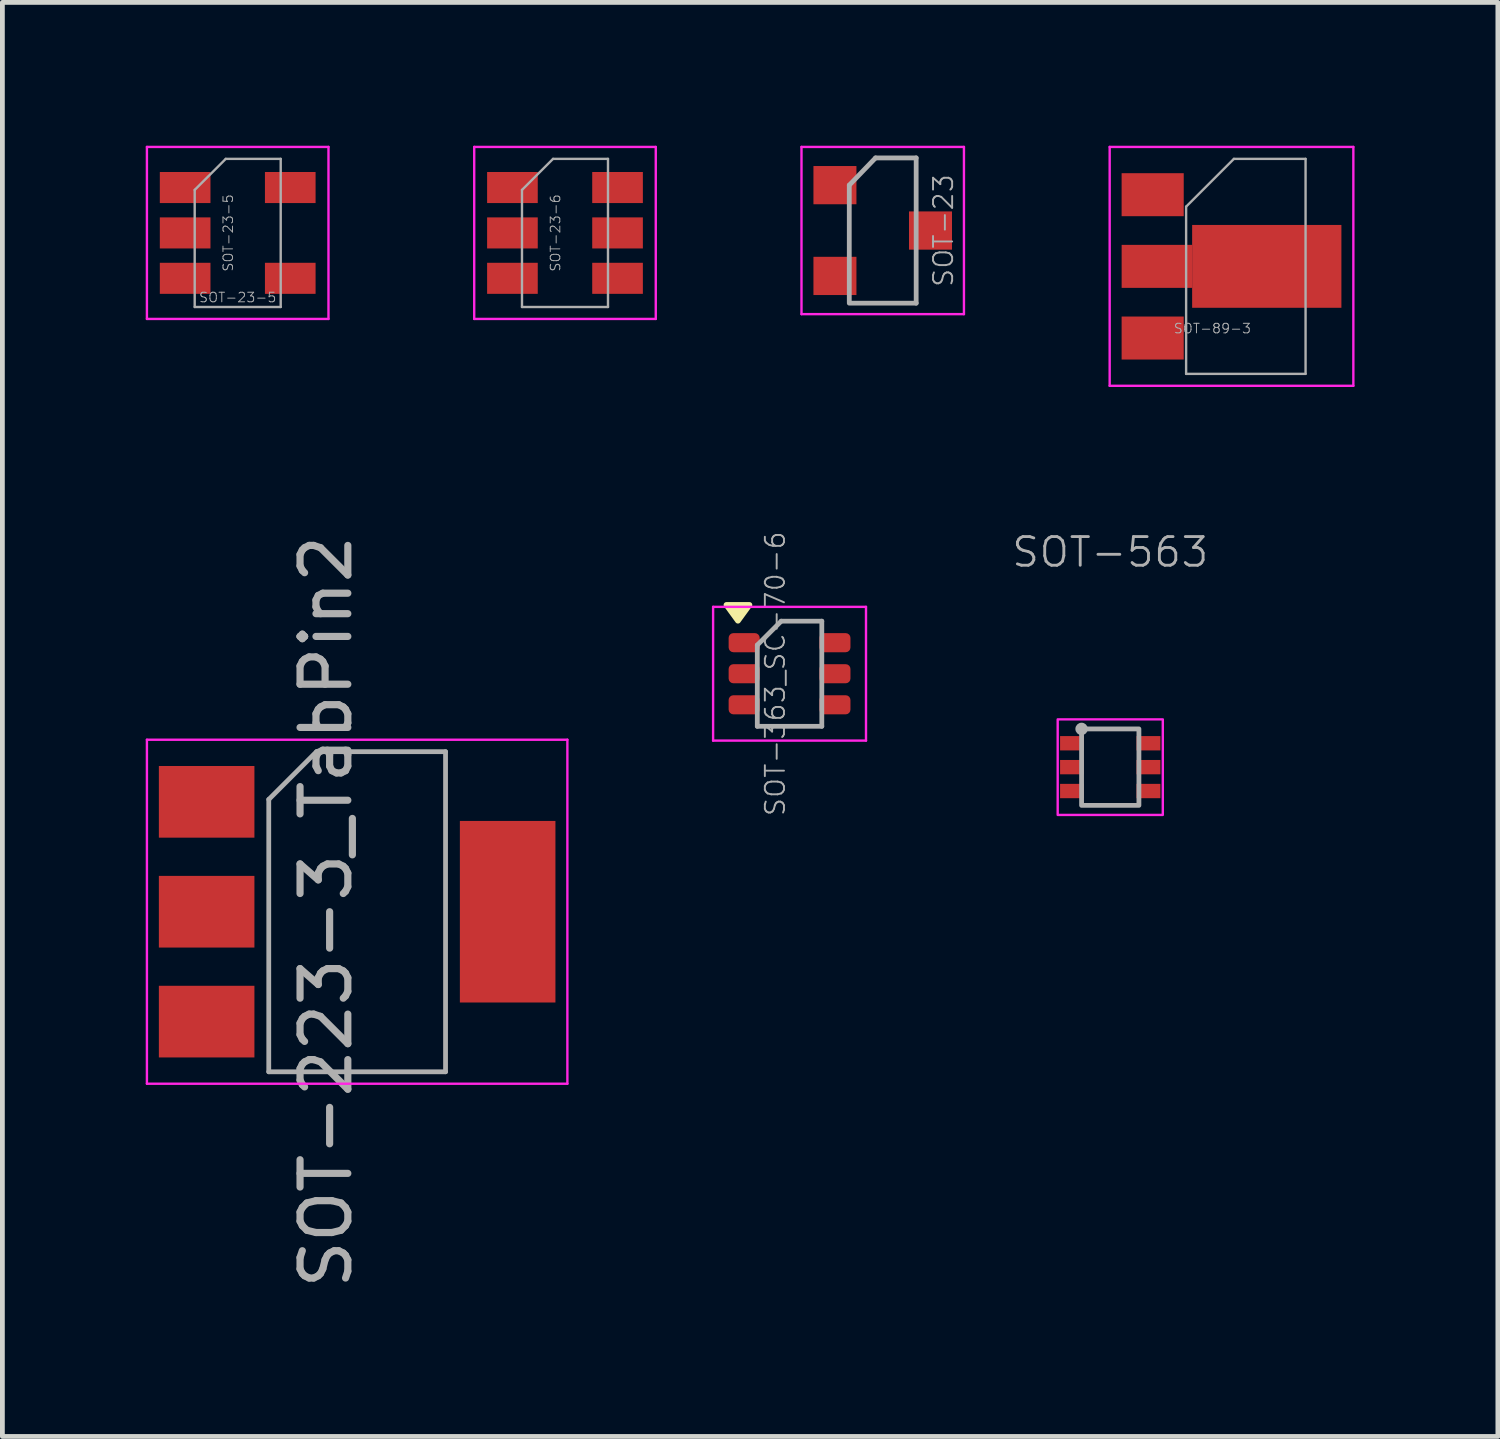
<source format=kicad_pcb>
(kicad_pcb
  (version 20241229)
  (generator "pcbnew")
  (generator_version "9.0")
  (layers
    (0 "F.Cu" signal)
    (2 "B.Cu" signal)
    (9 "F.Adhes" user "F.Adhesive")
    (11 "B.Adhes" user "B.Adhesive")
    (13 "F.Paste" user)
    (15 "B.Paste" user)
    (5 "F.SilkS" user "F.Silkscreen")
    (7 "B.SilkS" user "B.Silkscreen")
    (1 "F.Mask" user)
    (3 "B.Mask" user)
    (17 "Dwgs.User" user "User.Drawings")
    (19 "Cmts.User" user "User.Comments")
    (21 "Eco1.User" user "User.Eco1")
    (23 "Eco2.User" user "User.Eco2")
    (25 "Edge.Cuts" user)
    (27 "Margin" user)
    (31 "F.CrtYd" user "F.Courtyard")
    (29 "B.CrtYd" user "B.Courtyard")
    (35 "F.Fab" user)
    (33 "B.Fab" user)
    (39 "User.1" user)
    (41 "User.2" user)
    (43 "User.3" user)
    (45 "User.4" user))
  (footprint "SOT-23"
    (layer "F.Cu")
    (at 15.425 1.775)
    (property "Reference" "SOT-23" (at 1.27 0 90) (unlocked yes) (layer "F.Fab") (effects (font (size 0.4 0.4) (thickness 0.04))))
    (attr smd)
    (fp_line (start -1.7 -1.75) (end 1.7 -1.75) (stroke (width 0.05) (type solid)) (layer "F.CrtYd"))
    (fp_line (start -1.7 1.75) (end -1.7 -1.75) (stroke (width 0.05) (type solid)) (layer "F.CrtYd"))
    (fp_line (start 1.7 -1.75) (end 1.7 1.75) (stroke (width 0.05) (type solid)) (layer "F.CrtYd"))
    (fp_line (start 1.7 1.75) (end -1.7 1.75) (stroke (width 0.05) (type solid)) (layer "F.CrtYd"))
    (fp_line (start -0.7 -0.95) (end -0.7 1.5) (stroke (width 0.1) (type solid)) (layer "F.Fab"))
    (fp_line (start -0.7 -0.95) (end -0.15 -1.52) (stroke (width 0.1) (type solid)) (layer "F.Fab"))
    (fp_line (start -0.7 1.52) (end 0.7 1.52) (stroke (width 0.1) (type solid)) (layer "F.Fab"))
    (fp_line (start -0.15 -1.52) (end 0.7 -1.52) (stroke (width 0.1) (type solid)) (layer "F.Fab"))
    (fp_line (start 0.7 -1.52) (end 0.7 1.52) (stroke (width 0.1) (type solid)) (layer "F.Fab"))
    (pad "1" smd rect (at -1 -0.95) (size 0.9 0.8) (layers "F.Cu" "F.Mask" "F.Paste"))
    (pad "2" smd rect (at -1 0.95) (size 0.9 0.8) (layers "F.Cu" "F.Mask" "F.Paste"))
    (pad "3" smd rect (at 1 0) (size 0.9 0.8) (layers "F.Cu" "F.Mask" "F.Paste")))
  (footprint "SOT-89-3"
    (layer "F.Cu")
    (at 22.725 2.525)
    (property "Reference" "SOT-89-3" (at -0.4 1.3 0) (unlocked yes) (layer "F.Fab") (effects (font (size 0.2 0.2) (thickness 0.02))))
    (attr smd)
    (fp_line (start -2.55 2.5) (end -2.55 -2.5) (stroke (width 0.05) (type solid)) (layer "F.CrtYd"))
    (fp_line (start -2.55 2.5) (end 2.55 2.5) (stroke (width 0.05) (type solid)) (layer "F.CrtYd"))
    (fp_line (start 2.55 -2.5) (end -2.55 -2.5) (stroke (width 0.05) (type solid)) (layer "F.CrtYd"))
    (fp_line (start 2.55 -2.5) (end 2.55 2.5) (stroke (width 0.05) (type solid)) (layer "F.CrtYd"))
    (fp_line (start -0.95 -1.25) (end 0.05 -2.25) (stroke (width 0.05) (type solid)) (layer "F.Fab"))
    (fp_line (start -0.95 2.25) (end -0.95 -1.25) (stroke (width 0.05) (type solid)) (layer "F.Fab"))
    (fp_line (start 0.05 -2.25) (end 1.55 -2.25) (stroke (width 0.05) (type solid)) (layer "F.Fab"))
    (fp_line (start 1.55 -2.25) (end 1.55 2.25) (stroke (width 0.05) (type solid)) (layer "F.Fab"))
    (fp_line (start 1.55 2.25) (end -0.95 2.25) (stroke (width 0.05) (type solid)) (layer "F.Fab"))
    (pad "1" smd rect (at -1.65 -1.5) (size 1.3 0.9) (layers "F.Cu" "F.Mask" "F.Paste"))
    (pad "2" smd custom (at -1.562 0) (size 1.475 0.9) (layers "F.Cu" "F.Mask" "F.Paste") (options (anchor rect)) (primitives (gr_poly (pts (xy 0.738 -0.867) (xy 3.862 -0.867) (xy 3.862 0.867) (xy 0.738 0.867)) (width 0) (fill yes))))
    (pad "3" smd rect (at -1.65 1.5) (size 1.3 0.9) (layers "F.Cu" "F.Mask" "F.Paste")))
  (footprint "SOT-223-3_TabPin2"
    (layer "F.Cu")
    (at 4.425 16.032)
    (property "Reference" "SOT-223-3_TabPin2" (at -0.65 0 90) (layer "F.Fab") (effects (font (size 1 1) (thickness 0.15))))
    (attr smd)
    (fp_line (start -4.4 -3.6) (end -4.4 3.6) (stroke (width 0.05) (type solid)) (layer "F.CrtYd"))
    (fp_line (start -4.4 3.6) (end 4.4 3.6) (stroke (width 0.05) (type solid)) (layer "F.CrtYd"))
    (fp_line (start 4.4 -3.6) (end -4.4 -3.6) (stroke (width 0.05) (type solid)) (layer "F.CrtYd"))
    (fp_line (start 4.4 3.6) (end 4.4 -3.6) (stroke (width 0.05) (type solid)) (layer "F.CrtYd"))
    (fp_line (start -1.85 -2.35) (end -1.85 3.35) (stroke (width 0.1) (type solid)) (layer "F.Fab"))
    (fp_line (start -1.85 -2.35) (end -0.85 -3.35) (stroke (width 0.1) (type solid)) (layer "F.Fab"))
    (fp_line (start -1.85 3.35) (end 1.85 3.35) (stroke (width 0.1) (type solid)) (layer "F.Fab"))
    (fp_line (start -0.85 -3.35) (end 1.85 -3.35) (stroke (width 0.1) (type solid)) (layer "F.Fab"))
    (fp_line (start 1.85 -3.35) (end 1.85 3.35) (stroke (width 0.1) (type solid)) (layer "F.Fab"))
    (pad "1" smd rect (at -3.15 -2.3) (size 2 1.5) (layers "F.Cu" "F.Mask" "F.Paste"))
    (pad "2" smd rect (at -3.15 0) (size 2 1.5) (layers "F.Cu" "F.Mask" "F.Paste"))
    (pad "2" smd rect (at 3.15 0) (size 2 3.8) (layers "F.Cu" "F.Mask" "F.Paste"))
    (pad "3" smd rect (at -3.15 2.3) (size 2 1.5) (layers "F.Cu" "F.Mask" "F.Paste")))
  (footprint "SOT-363_SC-70-6"
    (layer "F.Cu")
    (at 13.475 11.051)
    (property "Reference" "SOT-363_SC-70-6" (at -0.3 0 90) (layer "F.Fab") (effects (font (size 0.4 0.4) (thickness 0.04))))
    (attr smd)
    (fp_poly (pts (xy -1.08 -1.11) (xy -1.32 -1.44) (xy -0.84 -1.44) (xy -1.08 -1.11)) (stroke (width 0.12) (type solid)) (fill yes) (layer "F.SilkS"))
    (fp_line (start -1.6 -1.4) (end -1.6 1.4) (stroke (width 0.05) (type solid)) (layer "F.CrtYd"))
    (fp_line (start -1.6 -1.4) (end 1.6 -1.4) (stroke (width 0.05) (type solid)) (layer "F.CrtYd"))
    (fp_line (start -1.6 1.4) (end 1.6 1.4) (stroke (width 0.05) (type solid)) (layer "F.CrtYd"))
    (fp_line (start 1.6 1.4) (end 1.6 -1.4) (stroke (width 0.05) (type solid)) (layer "F.CrtYd"))
    (fp_line (start -0.675 -0.6) (end -0.675 1.1) (stroke (width 0.1) (type solid)) (layer "F.Fab"))
    (fp_line (start -0.175 -1.1) (end -0.675 -0.6) (stroke (width 0.1) (type solid)) (layer "F.Fab"))
    (fp_line (start 0.675 -1.1) (end -0.175 -1.1) (stroke (width 0.1) (type solid)) (layer "F.Fab"))
    (fp_line (start 0.675 -1.1) (end 0.675 1.1) (stroke (width 0.1) (type solid)) (layer "F.Fab"))
    (fp_line (start 0.675 1.1) (end -0.675 1.1) (stroke (width 0.1) (type solid)) (layer "F.Fab"))
    (pad "1" smd roundrect (at -0.95 -0.65) (size 0.65 0.4) (layers "F.Cu" "F.Mask" "F.Paste") (roundrect_rratio 0.25))
    (pad "2" smd roundrect (at -0.95 0) (size 0.65 0.4) (layers "F.Cu" "F.Mask" "F.Paste") (roundrect_rratio 0.25))
    (pad "3" smd roundrect (at -0.95 0.65) (size 0.65 0.4) (layers "F.Cu" "F.Mask" "F.Paste") (roundrect_rratio 0.25))
    (pad "4" smd roundrect (at 0.95 0.65) (size 0.65 0.4) (layers "F.Cu" "F.Mask" "F.Paste") (roundrect_rratio 0.25))
    (pad "5" smd roundrect (at 0.95 0) (size 0.65 0.4) (layers "F.Cu" "F.Mask" "F.Paste") (roundrect_rratio 0.25))
    (pad "6" smd roundrect (at 0.95 -0.65) (size 0.65 0.4) (layers "F.Cu" "F.Mask" "F.Paste") (roundrect_rratio 0.25)))
  (footprint "SOT-563"
    (layer "F.Cu")
    (at 20.187 13.006)
    (property "Reference" "SOT-563" (at 0 -4.5 0) (layer "F.Fab") (effects (font (size 0.6 0.6) (thickness 0.06))))
    (attr smd)
    (fp_rect (start -1.1 -1) (end 1.1 1) (stroke (width 0.05) (type default)) (fill no) (layer "F.CrtYd"))
    (fp_rect (start -0.6 -0.8) (end 0.6 0.8) (stroke (width 0.1) (type default)) (fill no) (layer "F.Fab"))
    (fp_circle (center -0.6 -0.8) (end -0.57 -0.8) (stroke (width 0.1) (type solid)) (fill no) (layer "F.Fab"))
    (pad "1" smd rect (at -0.8 -0.5 270) (size 0.3 0.5) (layers "F.Cu" "F.Mask" "F.Paste"))
    (pad "2" smd rect (at -0.8 0 270) (size 0.3 0.5) (layers "F.Cu" "F.Mask" "F.Paste"))
    (pad "3" smd rect (at -0.8 0.5 270) (size 0.3 0.5) (layers "F.Cu" "F.Mask" "F.Paste"))
    (pad "4" smd rect (at 0.8 0.5 270) (size 0.3 0.5) (layers "F.Cu" "F.Mask" "F.Paste"))
    (pad "5" smd rect (at 0.8 0 270) (size 0.3 0.5) (layers "F.Cu" "F.Mask" "F.Paste"))
    (pad "6" smd rect (at 0.8 -0.5 270) (size 0.3 0.5) (layers "F.Cu" "F.Mask" "F.Paste")))
  (footprint "SOT-23-6"
    (layer "F.Cu")
    (at 8.775 1.825)
    (property "Reference" "SOT-23-6" (at -0.2 0 90) (unlocked yes) (layer "F.Fab") (effects (font (size 0.2 0.2) (thickness 0.02))))
    (attr smd)
    (fp_line (start -1.9 -1.8) (end -1.9 1.8) (stroke (width 0.05) (type solid)) (layer "F.CrtYd"))
    (fp_line (start -1.9 1.8) (end 1.9 1.8) (stroke (width 0.05) (type solid)) (layer "F.CrtYd"))
    (fp_line (start 1.9 -1.8) (end -1.9 -1.8) (stroke (width 0.05) (type solid)) (layer "F.CrtYd"))
    (fp_line (start 1.9 1.8) (end 1.9 -1.8) (stroke (width 0.05) (type solid)) (layer "F.CrtYd"))
    (fp_line (start -0.9 -0.9) (end -0.9 1.55) (stroke (width 0.05) (type solid)) (layer "F.Fab"))
    (fp_line (start -0.9 -0.9) (end -0.25 -1.55) (stroke (width 0.05) (type solid)) (layer "F.Fab"))
    (fp_line (start 0.9 -1.55) (end -0.25 -1.55) (stroke (width 0.05) (type solid)) (layer "F.Fab"))
    (fp_line (start 0.9 -1.55) (end 0.9 1.55) (stroke (width 0.05) (type solid)) (layer "F.Fab"))
    (fp_line (start 0.9 1.55) (end -0.9 1.55) (stroke (width 0.05) (type solid)) (layer "F.Fab"))
    (pad "1" smd rect (at -1.1 -0.95) (size 1.06 0.65) (layers "F.Cu" "F.Mask" "F.Paste"))
    (pad "2" smd rect (at -1.1 0) (size 1.06 0.65) (layers "F.Cu" "F.Mask" "F.Paste"))
    (pad "3" smd rect (at -1.1 0.95) (size 1.06 0.65) (layers "F.Cu" "F.Mask" "F.Paste"))
    (pad "4" smd rect (at 1.1 0.95) (size 1.06 0.65) (layers "F.Cu" "F.Mask" "F.Paste"))
    (pad "5" smd rect (at 1.1 0) (size 1.06 0.65) (layers "F.Cu" "F.Mask" "F.Paste"))
    (pad "6" smd rect (at 1.1 -0.95) (size 1.06 0.65) (layers "F.Cu" "F.Mask" "F.Paste")))
  (footprint "SOT-23-5"
    (layer "F.Cu")
    (at 1.925 1.825)
    (property "Reference" "SOT-23-5" (at -0.2 0 90) (unlocked yes) (layer "F.Fab") (effects (font (size 0.2 0.2) (thickness 0.02))))
    (attr smd)
    (fp_line (start -1.9 -1.8) (end 1.9 -1.8) (stroke (width 0.05) (type solid)) (layer "F.CrtYd"))
    (fp_line (start -1.9 1.8) (end -1.9 -1.8) (stroke (width 0.05) (type solid)) (layer "F.CrtYd"))
    (fp_line (start 1.9 -1.8) (end 1.9 1.8) (stroke (width 0.05) (type solid)) (layer "F.CrtYd"))
    (fp_line (start 1.9 1.8) (end -1.9 1.8) (stroke (width 0.05) (type solid)) (layer "F.CrtYd"))
    (fp_line (start -0.9 -0.9) (end -0.9 1.55) (stroke (width 0.05) (type solid)) (layer "F.Fab"))
    (fp_line (start -0.9 -0.9) (end -0.25 -1.55) (stroke (width 0.05) (type solid)) (layer "F.Fab"))
    (fp_line (start 0.9 -1.55) (end -0.25 -1.55) (stroke (width 0.05) (type solid)) (layer "F.Fab"))
    (fp_line (start 0.9 -1.55) (end 0.9 1.55) (stroke (width 0.05) (type solid)) (layer "F.Fab"))
    (fp_line (start 0.9 1.55) (end -0.9 1.55) (stroke (width 0.05) (type solid)) (layer "F.Fab"))
    (fp_text user "SOT-23-5" (at 0 1.35 0) (unlocked yes) (layer "F.Fab") (effects (font (size 0.2 0.2) (thickness 0.02))))
    (pad "1" smd rect (at -1.1 -0.95) (size 1.06 0.65) (layers "F.Cu" "F.Mask" "F.Paste"))
    (pad "2" smd rect (at -1.1 0) (size 1.06 0.65) (layers "F.Cu" "F.Mask" "F.Paste"))
    (pad "3" smd rect (at -1.1 0.95) (size 1.06 0.65) (layers "F.Cu" "F.Mask" "F.Paste"))
    (pad "4" smd rect (at 1.1 0.95) (size 1.06 0.65) (layers "F.Cu" "F.Mask" "F.Paste"))
    (pad "5" smd rect (at 1.1 -0.95) (size 1.06 0.65) (layers "F.Cu" "F.Mask" "F.Paste")))
  (gr_rect
    (start -3 -3)
    (end 28.3 27.014)
    (stroke (width 0.1) (type default))
    (fill no)
    (layer "Edge.Cuts")))
</source>
